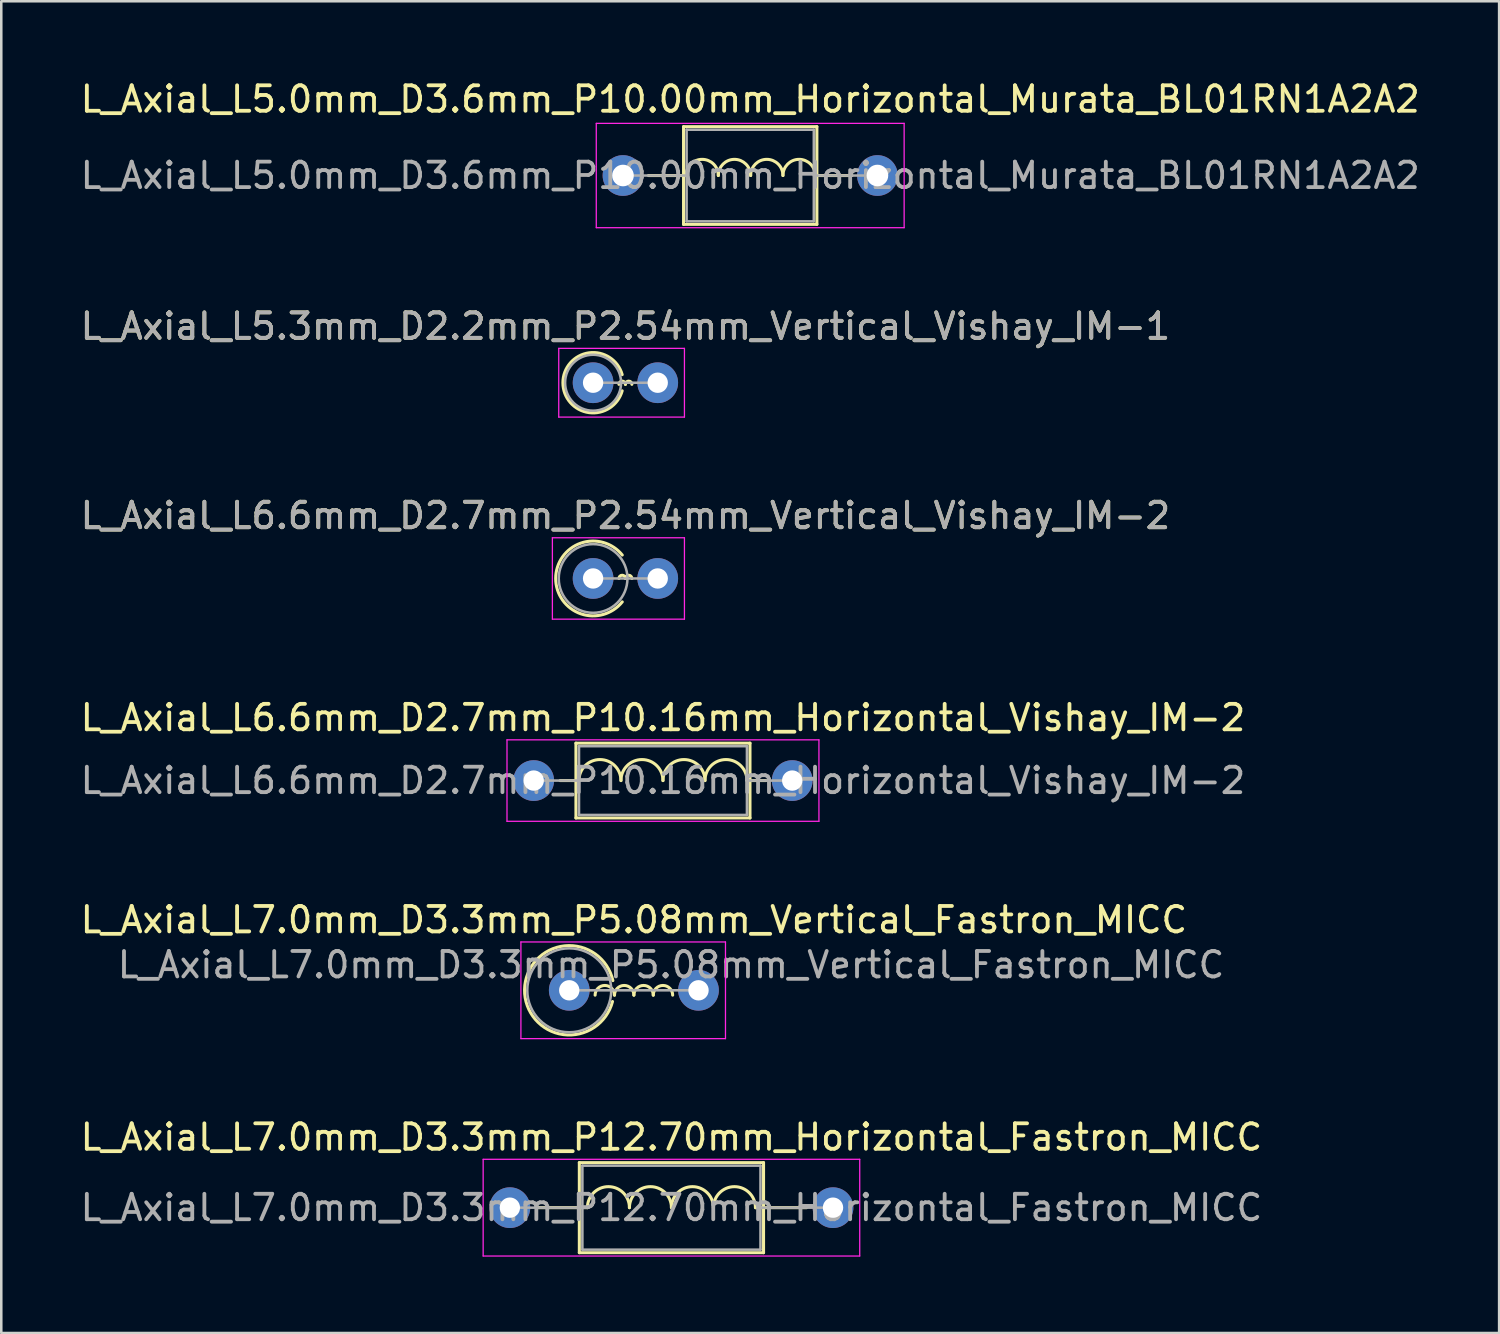
<source format=kicad_pcb>
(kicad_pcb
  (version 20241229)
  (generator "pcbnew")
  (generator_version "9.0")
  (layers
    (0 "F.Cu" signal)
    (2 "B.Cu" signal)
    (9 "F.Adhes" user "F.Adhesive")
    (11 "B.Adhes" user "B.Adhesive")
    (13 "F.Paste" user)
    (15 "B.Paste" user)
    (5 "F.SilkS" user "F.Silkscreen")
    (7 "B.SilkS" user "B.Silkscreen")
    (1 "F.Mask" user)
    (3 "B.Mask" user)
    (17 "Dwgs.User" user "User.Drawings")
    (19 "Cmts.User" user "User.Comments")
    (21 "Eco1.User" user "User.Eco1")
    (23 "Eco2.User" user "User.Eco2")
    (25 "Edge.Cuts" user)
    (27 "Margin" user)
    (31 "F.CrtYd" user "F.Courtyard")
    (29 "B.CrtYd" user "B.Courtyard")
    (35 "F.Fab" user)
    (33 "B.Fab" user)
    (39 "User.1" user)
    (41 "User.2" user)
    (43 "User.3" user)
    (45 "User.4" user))
  (footprint "L_Axial_L5.3mm_D2.2mm_P2.54mm_Vertical_Vishay_IM-1"
    (layer "F.Cu")
    (at 20.26 11.992)
    (property "Reference" "L_Axial_L5.3mm_D2.2mm_P2.54mm_Vertical_Vishay_IM-1" (at 1.27 -2.22 0) (layer "F.SilkS") (effects (font (size 1 1) (thickness 0.15))))
    (attr through_hole)
    (fp_arc (start 1.016 0.0635) (mid 1.143 -0.0635) (end 1.27 0.0635) (stroke (width 0.12) (type solid)) (layer "F.SilkS"))
    (fp_arc (start 1.143 0.3175) (mid -1.186278 0) (end 1.143 -0.3175) (stroke (width 0.12) (type solid)) (layer "F.SilkS"))
    (fp_arc (start 1.27 0.0635) (mid 1.397 -0.0635) (end 1.524 0.0635) (stroke (width 0.12) (type solid)) (layer "F.SilkS"))
    (fp_line (start -1.35 -1.35) (end -1.35 1.35) (stroke (width 0.05) (type solid)) (layer "F.CrtYd"))
    (fp_line (start -1.35 1.35) (end 3.59 1.35) (stroke (width 0.05) (type solid)) (layer "F.CrtYd"))
    (fp_line (start 3.59 -1.35) (end -1.35 -1.35) (stroke (width 0.05) (type solid)) (layer "F.CrtYd"))
    (fp_line (start 3.59 1.35) (end 3.59 -1.35) (stroke (width 0.05) (type solid)) (layer "F.CrtYd"))
    (fp_line (start 0 0) (end 2.54 0) (stroke (width 0.1) (type solid)) (layer "F.Fab"))
    (fp_circle (center 0 0) (end 1.1 0) (stroke (width 0.1) (type solid)) (fill no) (layer "F.Fab"))
    (fp_text user "${REFERENCE}" (at 1.27 -2.22 0) (layer "F.Fab") (effects (font (size 1 1) (thickness 0.15))))
    (pad "1" thru_hole circle (at 0 0) (size 1.6 1.6) (drill 0.8) (layers "*.Cu" "*.Mask"))
    (pad "2" thru_hole oval (at 2.54 0) (size 1.6 1.6) (drill 0.8) (layers "*.Cu" "*.Mask")))
  (footprint "L_Axial_L6.6mm_D2.7mm_P2.54mm_Vertical_Vishay_IM-2"
    (layer "F.Cu")
    (at 20.26 19.685)
    (property "Reference" "L_Axial_L6.6mm_D2.7mm_P2.54mm_Vertical_Vishay_IM-2" (at 1.27 -2.47 0) (layer "F.SilkS") (effects (font (size 1 1) (thickness 0.15))))
    (attr through_hole)
    (fp_arc (start 1.016 0) (mid 1.143 -0.127) (end 1.27 0) (stroke (width 0.12) (type solid)) (layer "F.SilkS"))
    (fp_arc (start 1.146516 0.92) (mid -1.47 0) (end 1.146516 -0.92) (stroke (width 0.12) (type solid)) (layer "F.SilkS"))
    (fp_arc (start 1.27 0) (mid 1.397 -0.127) (end 1.524 0) (stroke (width 0.12) (type solid)) (layer "F.SilkS"))
    (fp_line (start -1.6 -1.6) (end -1.6 1.6) (stroke (width 0.05) (type solid)) (layer "F.CrtYd"))
    (fp_line (start -1.6 1.6) (end 3.59 1.6) (stroke (width 0.05) (type solid)) (layer "F.CrtYd"))
    (fp_line (start 3.59 -1.6) (end -1.6 -1.6) (stroke (width 0.05) (type solid)) (layer "F.CrtYd"))
    (fp_line (start 3.59 1.6) (end 3.59 -1.6) (stroke (width 0.05) (type solid)) (layer "F.CrtYd"))
    (fp_line (start 0 0) (end 2.54 0) (stroke (width 0.1) (type solid)) (layer "F.Fab"))
    (fp_circle (center 0 0) (end 1.35 0) (stroke (width 0.1) (type solid)) (fill no) (layer "F.Fab"))
    (fp_text user "${REFERENCE}" (at 1.27 -2.47 0) (layer "F.Fab") (effects (font (size 1 1) (thickness 0.15))))
    (pad "1" thru_hole circle (at 0 0) (size 1.6 1.6) (drill 0.8) (layers "*.Cu" "*.Mask"))
    (pad "2" thru_hole oval (at 2.54 0) (size 1.6 1.6) (drill 0.8) (layers "*.Cu" "*.Mask")))
  (footprint "L_Axial_L5.0mm_D3.6mm_P10.00mm_Horizontal_Murata_BL01RN1A2A2"
    (layer "F.Cu")
    (at 21.435 3.848)
    (property "Reference" "L_Axial_L5.0mm_D3.6mm_P10.00mm_Horizontal_Murata_BL01RN1A2A2" (at 5 -3 0) (layer "F.SilkS") (effects (font (size 1 1) (thickness 0.15))))
    (attr through_hole)
    (fp_line (start 1 0) (end 2.38 0) (stroke (width 0.12) (type solid)) (layer "F.SilkS"))
    (fp_line (start 2.38 -1.92) (end 2.38 1.92) (stroke (width 0.12) (type solid)) (layer "F.SilkS"))
    (fp_line (start 2.38 1.92) (end 7.62 1.92) (stroke (width 0.12) (type solid)) (layer "F.SilkS"))
    (fp_line (start 2.477 0) (end 2.349 0) (stroke (width 0.12) (type solid)) (layer "F.SilkS"))
    (fp_line (start 7.556 0) (end 7.62 0) (stroke (width 0.12) (type solid)) (layer "F.SilkS"))
    (fp_line (start 7.62 -1.92) (end 2.38 -1.92) (stroke (width 0.12) (type solid)) (layer "F.SilkS"))
    (fp_line (start 7.62 1.92) (end 7.62 -1.92) (stroke (width 0.12) (type solid)) (layer "F.SilkS"))
    (fp_line (start 9 0) (end 7.62 0) (stroke (width 0.12) (type solid)) (layer "F.SilkS"))
    (fp_arc (start 2.4765 0) (mid 3.1115 -0.635) (end 3.7465 0) (stroke (width 0.12) (type solid)) (layer "F.SilkS"))
    (fp_arc (start 3.7465 0) (mid 4.3815 -0.635) (end 5.0165 0) (stroke (width 0.12) (type solid)) (layer "F.SilkS"))
    (fp_arc (start 5.0165 0) (mid 5.6515 -0.635) (end 6.2865 0) (stroke (width 0.12) (type solid)) (layer "F.SilkS"))
    (fp_arc (start 6.2865 0) (mid 6.9215 -0.635) (end 7.5565 0) (stroke (width 0.12) (type solid)) (layer "F.SilkS"))
    (fp_line (start -1.05 -2.05) (end -1.05 2.05) (stroke (width 0.05) (type solid)) (layer "F.CrtYd"))
    (fp_line (start -1.05 2.05) (end 11.05 2.05) (stroke (width 0.05) (type solid)) (layer "F.CrtYd"))
    (fp_line (start 11.05 -2.05) (end -1.05 -2.05) (stroke (width 0.05) (type solid)) (layer "F.CrtYd"))
    (fp_line (start 11.05 2.05) (end 11.05 -2.05) (stroke (width 0.05) (type solid)) (layer "F.CrtYd"))
    (fp_line (start 0 0) (end 2.5 0) (stroke (width 0.1) (type solid)) (layer "F.Fab"))
    (fp_line (start 2.5 -1.8) (end 2.5 1.8) (stroke (width 0.1) (type solid)) (layer "F.Fab"))
    (fp_line (start 2.5 1.8) (end 7.5 1.8) (stroke (width 0.1) (type solid)) (layer "F.Fab"))
    (fp_line (start 7.5 -1.8) (end 2.5 -1.8) (stroke (width 0.1) (type solid)) (layer "F.Fab"))
    (fp_line (start 7.5 1.8) (end 7.5 -1.8) (stroke (width 0.1) (type solid)) (layer "F.Fab"))
    (fp_line (start 10 0) (end 7.5 0) (stroke (width 0.1) (type solid)) (layer "F.Fab"))
    (fp_text user "${REFERENCE}" (at 5 0 0) (layer "F.Fab") (effects (font (size 1 1) (thickness 0.15))))
    (pad "1" thru_hole circle (at 0 0) (size 1.6 1.6) (drill 0.85) (layers "*.Cu" "*.Mask"))
    (pad "2" thru_hole oval (at 10 0) (size 1.6 1.6) (drill 0.85) (layers "*.Cu" "*.Mask")))
  (footprint "L_Axial_L7.0mm_D3.3mm_P5.08mm_Vertical_Fastron_MICC"
    (layer "F.Cu")
    (at 19.323 35.871)
    (property "Reference" "L_Axial_L7.0mm_D3.3mm_P5.08mm_Vertical_Fastron_MICC" (at 2.54 -2.77 0) (layer "F.SilkS") (effects (font (size 1 1) (thickness 0.15))))
    (attr through_hole)
    (fp_arc (start 1.016 0.1905) (mid 1.397 -0.1905) (end 1.778 0.1905) (stroke (width 0.12) (type solid)) (layer "F.SilkS"))
    (fp_arc (start 1.700115 0.440771) (mid -1.756054 -0.030741) (end 1.7145 -0.381) (stroke (width 0.12) (type solid)) (layer "F.SilkS"))
    (fp_arc (start 1.778 0.1905) (mid 2.159 -0.1905) (end 2.54 0.1905) (stroke (width 0.12) (type solid)) (layer "F.SilkS"))
    (fp_arc (start 2.54 0.1905) (mid 2.921 -0.1905) (end 3.302 0.1905) (stroke (width 0.12) (type solid)) (layer "F.SilkS"))
    (fp_arc (start 3.302 0.1905) (mid 3.683 -0.1905) (end 4.064 0.1905) (stroke (width 0.12) (type solid)) (layer "F.SilkS"))
    (fp_line (start -1.9 -1.9) (end -1.9 1.9) (stroke (width 0.05) (type solid)) (layer "F.CrtYd"))
    (fp_line (start -1.9 1.9) (end 6.14 1.9) (stroke (width 0.05) (type solid)) (layer "F.CrtYd"))
    (fp_line (start 6.14 -1.9) (end -1.9 -1.9) (stroke (width 0.05) (type solid)) (layer "F.CrtYd"))
    (fp_line (start 6.14 1.9) (end 6.14 -1.9) (stroke (width 0.05) (type solid)) (layer "F.CrtYd"))
    (fp_line (start 0 0) (end 5.08 0) (stroke (width 0.1) (type solid)) (layer "F.Fab"))
    (fp_circle (center 0 0) (end 1.65 0) (stroke (width 0.1) (type solid)) (fill no) (layer "F.Fab"))
    (fp_text user "${REFERENCE}" (at 4 -1 0) (layer "F.Fab") (effects (font (size 1 1) (thickness 0.15))))
    (pad "1" thru_hole circle (at 0 0) (size 1.6 1.6) (drill 0.8) (layers "*.Cu" "*.Mask"))
    (pad "2" thru_hole oval (at 5.08 0) (size 1.6 1.6) (drill 0.8) (layers "*.Cu" "*.Mask")))
  (footprint "L_Axial_L6.6mm_D2.7mm_P10.16mm_Horizontal_Vishay_IM-2"
    (layer "F.Cu")
    (at 17.926 27.628)
    (property "Reference" "L_Axial_L6.6mm_D2.7mm_P10.16mm_Horizontal_Vishay_IM-2" (at 5.08 -2.47 0) (layer "F.SilkS") (effects (font (size 1 1) (thickness 0.15))))
    (attr through_hole)
    (fp_line (start 1.04 0) (end 1.66 0) (stroke (width 0.12) (type solid)) (layer "F.SilkS"))
    (fp_line (start 1.66 -1.47) (end 1.66 1.47) (stroke (width 0.12) (type solid)) (layer "F.SilkS"))
    (fp_line (start 1.66 1.47) (end 8.5 1.47) (stroke (width 0.12) (type solid)) (layer "F.SilkS"))
    (fp_line (start 1.778 0) (end 1.651 0) (stroke (width 0.12) (type solid)) (layer "F.SilkS"))
    (fp_line (start 8.382 0) (end 8.5 0) (stroke (width 0.12) (type solid)) (layer "F.SilkS"))
    (fp_line (start 8.5 -1.47) (end 1.66 -1.47) (stroke (width 0.12) (type solid)) (layer "F.SilkS"))
    (fp_line (start 8.5 1.47) (end 8.5 -1.47) (stroke (width 0.12) (type solid)) (layer "F.SilkS"))
    (fp_line (start 9.12 0) (end 8.5 0) (stroke (width 0.12) (type solid)) (layer "F.SilkS"))
    (fp_arc (start 1.778 0) (mid 2.6035 -0.8255) (end 3.429 0) (stroke (width 0.12) (type solid)) (layer "F.SilkS"))
    (fp_arc (start 3.429 0) (mid 4.2545 -0.8255) (end 5.08 0) (stroke (width 0.12) (type solid)) (layer "F.SilkS"))
    (fp_arc (start 5.08 0) (mid 5.9055 -0.8255) (end 6.731 0) (stroke (width 0.12) (type solid)) (layer "F.SilkS"))
    (fp_arc (start 6.731 0) (mid 7.5565 -0.8255) (end 8.382 0) (stroke (width 0.12) (type solid)) (layer "F.SilkS"))
    (fp_line (start -1.05 -1.6) (end -1.05 1.6) (stroke (width 0.05) (type solid)) (layer "F.CrtYd"))
    (fp_line (start -1.05 1.6) (end 11.21 1.6) (stroke (width 0.05) (type solid)) (layer "F.CrtYd"))
    (fp_line (start 11.21 -1.6) (end -1.05 -1.6) (stroke (width 0.05) (type solid)) (layer "F.CrtYd"))
    (fp_line (start 11.21 1.6) (end 11.21 -1.6) (stroke (width 0.05) (type solid)) (layer "F.CrtYd"))
    (fp_line (start 0 0) (end 1.78 0) (stroke (width 0.1) (type solid)) (layer "F.Fab"))
    (fp_line (start 1.78 -1.35) (end 1.78 1.35) (stroke (width 0.1) (type solid)) (layer "F.Fab"))
    (fp_line (start 1.78 1.35) (end 8.38 1.35) (stroke (width 0.1) (type solid)) (layer "F.Fab"))
    (fp_line (start 8.38 -1.35) (end 1.78 -1.35) (stroke (width 0.1) (type solid)) (layer "F.Fab"))
    (fp_line (start 8.38 1.35) (end 8.38 -1.35) (stroke (width 0.1) (type solid)) (layer "F.Fab"))
    (fp_line (start 10.16 0) (end 8.38 0) (stroke (width 0.1) (type solid)) (layer "F.Fab"))
    (fp_text user "${REFERENCE}" (at 5.08 0 0) (layer "F.Fab") (effects (font (size 1 1) (thickness 0.15))))
    (pad "1" thru_hole circle (at 0 0) (size 1.6 1.6) (drill 0.8) (layers "*.Cu" "*.Mask"))
    (pad "2" thru_hole oval (at 10.16 0) (size 1.6 1.6) (drill 0.8) (layers "*.Cu" "*.Mask")))
  (footprint "L_Axial_L7.0mm_D3.3mm_P12.70mm_Horizontal_Fastron_MICC"
    (layer "F.Cu")
    (at 16.989 44.414)
    (property "Reference" "L_Axial_L7.0mm_D3.3mm_P12.70mm_Horizontal_Fastron_MICC" (at 6.35 -2.77 0) (layer "F.SilkS") (effects (font (size 1 1) (thickness 0.15))))
    (attr through_hole)
    (fp_line (start 1.04 0) (end 2.73 0) (stroke (width 0.12) (type solid)) (layer "F.SilkS"))
    (fp_line (start 2.73 -1.77) (end 2.73 1.77) (stroke (width 0.12) (type solid)) (layer "F.SilkS"))
    (fp_line (start 2.73 1.77) (end 9.97 1.77) (stroke (width 0.12) (type solid)) (layer "F.SilkS"))
    (fp_line (start 3.048 0) (end 2.73 0) (stroke (width 0.12) (type solid)) (layer "F.SilkS"))
    (fp_line (start 9.652 0) (end 9.97 0) (stroke (width 0.12) (type solid)) (layer "F.SilkS"))
    (fp_line (start 9.97 -1.77) (end 2.73 -1.77) (stroke (width 0.12) (type solid)) (layer "F.SilkS"))
    (fp_line (start 9.97 1.77) (end 9.97 -1.77) (stroke (width 0.12) (type solid)) (layer "F.SilkS"))
    (fp_line (start 11.66 0) (end 9.97 0) (stroke (width 0.12) (type solid)) (layer "F.SilkS"))
    (fp_arc (start 3.048 0) (mid 3.8735 -0.8255) (end 4.699 0) (stroke (width 0.12) (type solid)) (layer "F.SilkS"))
    (fp_arc (start 4.699 0) (mid 5.5245 -0.8255) (end 6.35 0) (stroke (width 0.12) (type solid)) (layer "F.SilkS"))
    (fp_arc (start 6.35 0) (mid 7.1755 -0.8255) (end 8.001 0) (stroke (width 0.12) (type solid)) (layer "F.SilkS"))
    (fp_arc (start 8.001 0) (mid 8.8265 -0.8255) (end 9.652 0) (stroke (width 0.12) (type solid)) (layer "F.SilkS"))
    (fp_line (start -1.05 -1.9) (end -1.05 1.9) (stroke (width 0.05) (type solid)) (layer "F.CrtYd"))
    (fp_line (start -1.05 1.9) (end 13.75 1.9) (stroke (width 0.05) (type solid)) (layer "F.CrtYd"))
    (fp_line (start 13.75 -1.9) (end -1.05 -1.9) (stroke (width 0.05) (type solid)) (layer "F.CrtYd"))
    (fp_line (start 13.75 1.9) (end 13.75 -1.9) (stroke (width 0.05) (type solid)) (layer "F.CrtYd"))
    (fp_line (start 0 0) (end 2.85 0) (stroke (width 0.1) (type solid)) (layer "F.Fab"))
    (fp_line (start 2.85 -1.65) (end 2.85 1.65) (stroke (width 0.1) (type solid)) (layer "F.Fab"))
    (fp_line (start 2.85 1.65) (end 9.85 1.65) (stroke (width 0.1) (type solid)) (layer "F.Fab"))
    (fp_line (start 9.85 -1.65) (end 2.85 -1.65) (stroke (width 0.1) (type solid)) (layer "F.Fab"))
    (fp_line (start 9.85 1.65) (end 9.85 -1.65) (stroke (width 0.1) (type solid)) (layer "F.Fab"))
    (fp_line (start 12.7 0) (end 9.85 0) (stroke (width 0.1) (type solid)) (layer "F.Fab"))
    (fp_text user "${REFERENCE}" (at 6.35 0 0) (layer "F.Fab") (effects (font (size 1 1) (thickness 0.15))))
    (pad "1" thru_hole circle (at 0 0) (size 1.6 1.6) (drill 0.8) (layers "*.Cu" "*.Mask"))
    (pad "2" thru_hole oval (at 12.7 0) (size 1.6 1.6) (drill 0.8) (layers "*.Cu" "*.Mask")))
  (gr_rect
    (start -3 -3)
    (end 55.869 49.34)
    (stroke (width 0.1) (type default))
    (fill no)
    (layer "Edge.Cuts")))
</source>
